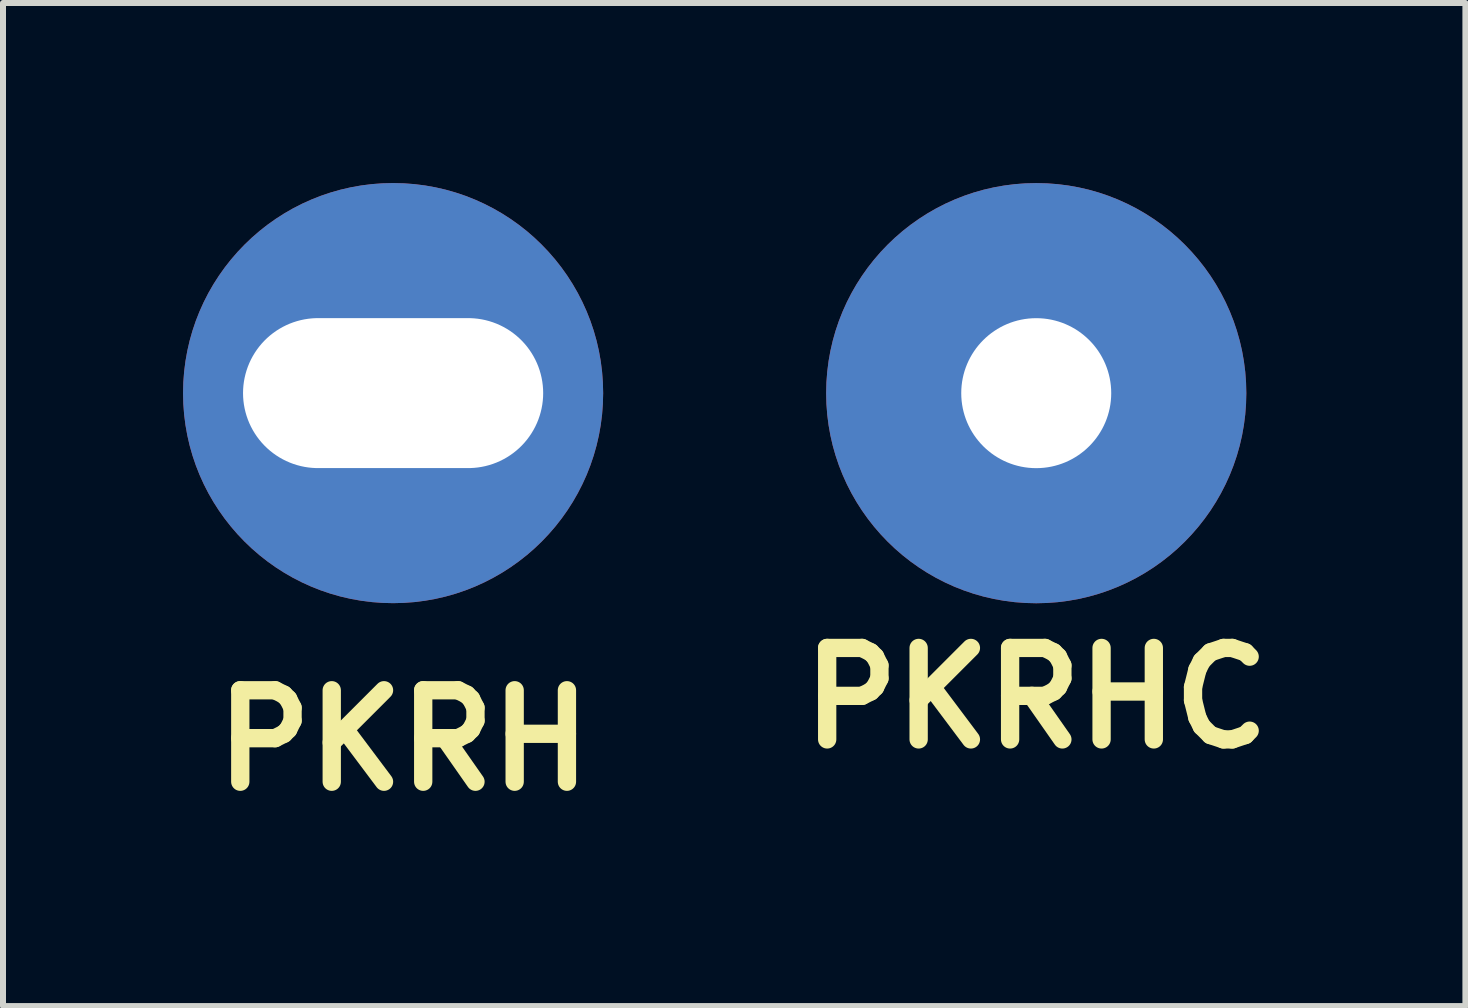
<source format=kicad_pcb>
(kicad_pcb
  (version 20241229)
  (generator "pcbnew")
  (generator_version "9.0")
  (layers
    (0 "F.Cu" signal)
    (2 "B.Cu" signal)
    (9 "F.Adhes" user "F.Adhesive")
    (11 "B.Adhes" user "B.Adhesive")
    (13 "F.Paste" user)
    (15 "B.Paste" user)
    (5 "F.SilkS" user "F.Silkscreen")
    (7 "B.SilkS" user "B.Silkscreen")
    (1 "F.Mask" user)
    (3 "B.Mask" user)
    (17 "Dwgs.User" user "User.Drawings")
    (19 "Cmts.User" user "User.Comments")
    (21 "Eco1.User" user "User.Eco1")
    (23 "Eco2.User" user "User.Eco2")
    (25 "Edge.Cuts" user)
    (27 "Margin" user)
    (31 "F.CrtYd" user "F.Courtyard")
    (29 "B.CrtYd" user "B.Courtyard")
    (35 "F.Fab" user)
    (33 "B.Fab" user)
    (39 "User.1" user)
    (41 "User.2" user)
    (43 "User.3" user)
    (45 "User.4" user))
  (footprint "PKRHC"
    (layer "F.Cu")
    (at 14.216 3.501)
    (property "Reference" "PKRHC" (at 0 5.08 0) (layer "F.SilkS") (effects (font (size 1.524 1.524) (thickness 0.305))))
    (attr exclude_from_pos_files exclude_from_bom)
    (pad "1" thru_hole circle (at 0 0) (size 7.001 7.001) (drill 2.499) (layers "*.Cu" "*.Mask")))
  (footprint "PKRH"
    (layer "F.Cu")
    (at 3.5 3.5)
    (property "Reference" "PKRH" (at 0.175 5.786 0) (layer "F.SilkS") (effects (font (size 1.524 1.524) (thickness 0.305))))
    (attr exclude_from_pos_files exclude_from_bom)
    (pad "1" thru_hole circle (at 0 0) (size 7 7) (drill oval 5.001 2.499) (layers "*.Cu" "*.Mask")))
  (gr_rect
    (start -3 -3)
    (end 21.367 13.713)
    (stroke (width 0.1) (type default))
    (fill no)
    (layer "Edge.Cuts")))
</source>
